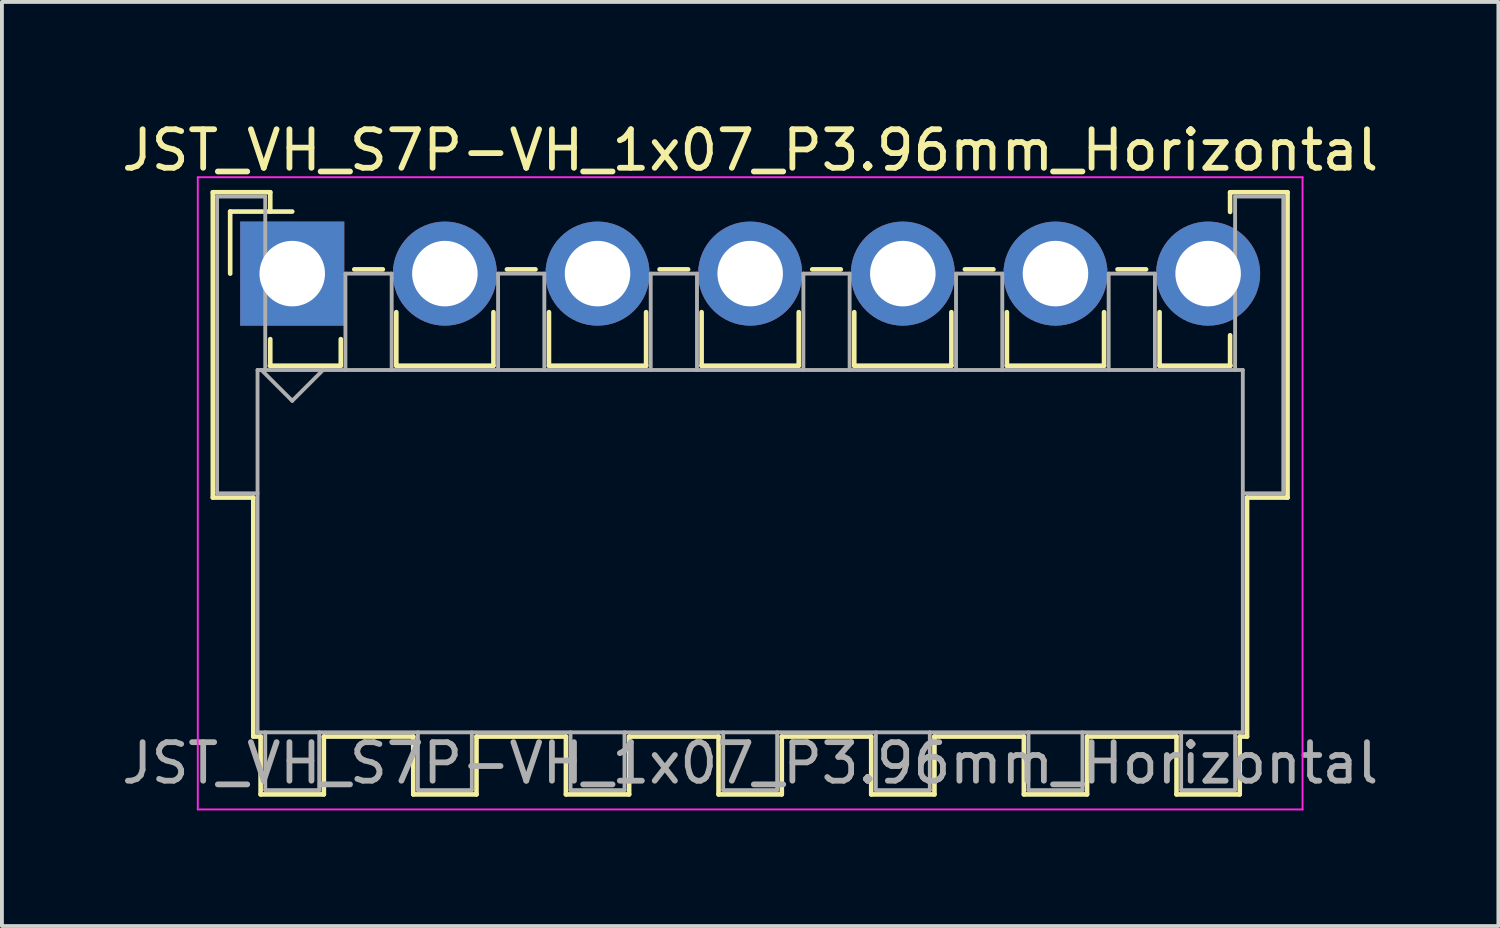
<source format=kicad_pcb>
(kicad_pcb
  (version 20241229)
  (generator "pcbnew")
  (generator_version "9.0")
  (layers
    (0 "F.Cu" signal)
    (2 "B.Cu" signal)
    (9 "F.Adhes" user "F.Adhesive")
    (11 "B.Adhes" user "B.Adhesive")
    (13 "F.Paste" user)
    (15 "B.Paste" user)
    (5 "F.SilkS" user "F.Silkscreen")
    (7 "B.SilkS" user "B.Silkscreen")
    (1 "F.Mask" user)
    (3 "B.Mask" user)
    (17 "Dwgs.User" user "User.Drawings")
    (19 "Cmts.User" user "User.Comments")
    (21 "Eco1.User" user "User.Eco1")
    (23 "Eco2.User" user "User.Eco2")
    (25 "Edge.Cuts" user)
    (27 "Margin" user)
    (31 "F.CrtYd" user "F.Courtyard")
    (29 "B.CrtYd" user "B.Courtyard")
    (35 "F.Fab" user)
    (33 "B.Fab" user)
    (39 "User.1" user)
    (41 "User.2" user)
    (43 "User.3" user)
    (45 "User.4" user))
  (footprint "JST_VH_S7P-VH_1x07_P3.96mm_Horizontal"
    (layer "F.Cu")
    (at 4.531 4.048)
    (property "Reference" "JST_VH_S7P-VH_1x07_P3.96mm_Horizontal" (at 11.88 -3.2 0) (layer "F.SilkS") (effects (font (size 1 1) (thickness 0.15))))
    (attr through_hole)
    (fp_line (start -2.06 -2.11) (end -0.57 -2.11) (stroke (width 0.12) (type solid)) (layer "F.SilkS"))
    (fp_line (start -2.06 5.81) (end -2.06 -2.11) (stroke (width 0.12) (type solid)) (layer "F.SilkS"))
    (fp_line (start -1.61 -1.61) (end -1.61 0) (stroke (width 0.12) (type solid)) (layer "F.SilkS"))
    (fp_line (start -1.01 5.81) (end -2.06 5.81) (stroke (width 0.12) (type solid)) (layer "F.SilkS"))
    (fp_line (start -1.01 5.81) (end -1.01 12.01) (stroke (width 0.12) (type solid)) (layer "F.SilkS"))
    (fp_line (start -1.01 12.01) (end -0.82 12.01) (stroke (width 0.12) (type solid)) (layer "F.SilkS"))
    (fp_line (start -0.82 12.01) (end -0.82 13.51) (stroke (width 0.12) (type solid)) (layer "F.SilkS"))
    (fp_line (start -0.82 13.51) (end 0.82 13.51) (stroke (width 0.12) (type solid)) (layer "F.SilkS"))
    (fp_line (start -0.58 2.39) (end 1.26 2.39) (stroke (width 0.12) (type solid)) (layer "F.SilkS"))
    (fp_line (start -0.57 -2.11) (end -0.57 -1.61) (stroke (width 0.12) (type solid)) (layer "F.SilkS"))
    (fp_line (start -0.57 1.7) (end -0.57 2.39) (stroke (width 0.12) (type solid)) (layer "F.SilkS"))
    (fp_line (start 0 -1.61) (end -1.61 -1.61) (stroke (width 0.12) (type solid)) (layer "F.SilkS"))
    (fp_line (start 0.82 12.01) (end 3.14 12.01) (stroke (width 0.12) (type solid)) (layer "F.SilkS"))
    (fp_line (start 0.82 13.51) (end 0.82 12.01) (stroke (width 0.12) (type solid)) (layer "F.SilkS"))
    (fp_line (start 1.26 2.39) (end 1.26 1.7) (stroke (width 0.12) (type solid)) (layer "F.SilkS"))
    (fp_line (start 1.61 -0.11) (end 2.35 -0.11) (stroke (width 0.12) (type solid)) (layer "F.SilkS"))
    (fp_line (start 2.7 1) (end 2.7 2.39) (stroke (width 0.12) (type solid)) (layer "F.SilkS"))
    (fp_line (start 2.7 2.39) (end 5.22 2.39) (stroke (width 0.12) (type solid)) (layer "F.SilkS"))
    (fp_line (start 3.14 12.01) (end 3.14 13.51) (stroke (width 0.12) (type solid)) (layer "F.SilkS"))
    (fp_line (start 3.14 13.51) (end 4.78 13.51) (stroke (width 0.12) (type solid)) (layer "F.SilkS"))
    (fp_line (start 4.78 12.01) (end 7.1 12.01) (stroke (width 0.12) (type solid)) (layer "F.SilkS"))
    (fp_line (start 4.78 13.51) (end 4.78 12.01) (stroke (width 0.12) (type solid)) (layer "F.SilkS"))
    (fp_line (start 5.22 2.39) (end 5.22 1) (stroke (width 0.12) (type solid)) (layer "F.SilkS"))
    (fp_line (start 5.57 -0.11) (end 6.31 -0.11) (stroke (width 0.12) (type solid)) (layer "F.SilkS"))
    (fp_line (start 6.66 1) (end 6.66 2.39) (stroke (width 0.12) (type solid)) (layer "F.SilkS"))
    (fp_line (start 6.66 2.39) (end 9.18 2.39) (stroke (width 0.12) (type solid)) (layer "F.SilkS"))
    (fp_line (start 7.1 12.01) (end 7.1 13.51) (stroke (width 0.12) (type solid)) (layer "F.SilkS"))
    (fp_line (start 7.1 13.51) (end 8.74 13.51) (stroke (width 0.12) (type solid)) (layer "F.SilkS"))
    (fp_line (start 8.74 12.01) (end 11.06 12.01) (stroke (width 0.12) (type solid)) (layer "F.SilkS"))
    (fp_line (start 8.74 13.51) (end 8.74 12.01) (stroke (width 0.12) (type solid)) (layer "F.SilkS"))
    (fp_line (start 9.18 2.39) (end 9.18 1) (stroke (width 0.12) (type solid)) (layer "F.SilkS"))
    (fp_line (start 9.53 -0.11) (end 10.27 -0.11) (stroke (width 0.12) (type solid)) (layer "F.SilkS"))
    (fp_line (start 10.62 1) (end 10.62 2.39) (stroke (width 0.12) (type solid)) (layer "F.SilkS"))
    (fp_line (start 10.62 2.39) (end 13.14 2.39) (stroke (width 0.12) (type solid)) (layer "F.SilkS"))
    (fp_line (start 11.06 12.01) (end 11.06 13.51) (stroke (width 0.12) (type solid)) (layer "F.SilkS"))
    (fp_line (start 11.06 13.51) (end 12.7 13.51) (stroke (width 0.12) (type solid)) (layer "F.SilkS"))
    (fp_line (start 12.7 12.01) (end 15.02 12.01) (stroke (width 0.12) (type solid)) (layer "F.SilkS"))
    (fp_line (start 12.7 13.51) (end 12.7 12.01) (stroke (width 0.12) (type solid)) (layer "F.SilkS"))
    (fp_line (start 13.14 2.39) (end 13.14 1) (stroke (width 0.12) (type solid)) (layer "F.SilkS"))
    (fp_line (start 13.49 -0.11) (end 14.23 -0.11) (stroke (width 0.12) (type solid)) (layer "F.SilkS"))
    (fp_line (start 14.58 1) (end 14.58 2.39) (stroke (width 0.12) (type solid)) (layer "F.SilkS"))
    (fp_line (start 14.58 2.39) (end 17.1 2.39) (stroke (width 0.12) (type solid)) (layer "F.SilkS"))
    (fp_line (start 15.02 12.01) (end 15.02 13.51) (stroke (width 0.12) (type solid)) (layer "F.SilkS"))
    (fp_line (start 15.02 13.51) (end 16.66 13.51) (stroke (width 0.12) (type solid)) (layer "F.SilkS"))
    (fp_line (start 16.66 12.01) (end 18.98 12.01) (stroke (width 0.12) (type solid)) (layer "F.SilkS"))
    (fp_line (start 16.66 13.51) (end 16.66 12.01) (stroke (width 0.12) (type solid)) (layer "F.SilkS"))
    (fp_line (start 17.1 2.39) (end 17.1 1) (stroke (width 0.12) (type solid)) (layer "F.SilkS"))
    (fp_line (start 17.45 -0.11) (end 18.19 -0.11) (stroke (width 0.12) (type solid)) (layer "F.SilkS"))
    (fp_line (start 18.54 1) (end 18.54 2.39) (stroke (width 0.12) (type solid)) (layer "F.SilkS"))
    (fp_line (start 18.54 2.39) (end 21.06 2.39) (stroke (width 0.12) (type solid)) (layer "F.SilkS"))
    (fp_line (start 18.98 12.01) (end 18.98 13.51) (stroke (width 0.12) (type solid)) (layer "F.SilkS"))
    (fp_line (start 18.98 13.51) (end 20.62 13.51) (stroke (width 0.12) (type solid)) (layer "F.SilkS"))
    (fp_line (start 20.62 12.01) (end 22.94 12.01) (stroke (width 0.12) (type solid)) (layer "F.SilkS"))
    (fp_line (start 20.62 13.51) (end 20.62 12.01) (stroke (width 0.12) (type solid)) (layer "F.SilkS"))
    (fp_line (start 21.06 2.39) (end 21.06 1) (stroke (width 0.12) (type solid)) (layer "F.SilkS"))
    (fp_line (start 21.41 -0.11) (end 22.15 -0.11) (stroke (width 0.12) (type solid)) (layer "F.SilkS"))
    (fp_line (start 22.5 1) (end 22.5 2.39) (stroke (width 0.12) (type solid)) (layer "F.SilkS"))
    (fp_line (start 22.5 2.39) (end 24.34 2.39) (stroke (width 0.12) (type solid)) (layer "F.SilkS"))
    (fp_line (start 22.94 12.01) (end 22.94 13.51) (stroke (width 0.12) (type solid)) (layer "F.SilkS"))
    (fp_line (start 22.94 13.51) (end 24.58 13.51) (stroke (width 0.12) (type solid)) (layer "F.SilkS"))
    (fp_line (start 24.33 -2.11) (end 25.82 -2.11) (stroke (width 0.12) (type solid)) (layer "F.SilkS"))
    (fp_line (start 24.33 -1.6) (end 24.33 -2.11) (stroke (width 0.12) (type solid)) (layer "F.SilkS"))
    (fp_line (start 24.33 2.39) (end 24.33 1.6) (stroke (width 0.12) (type solid)) (layer "F.SilkS"))
    (fp_line (start 24.58 12.01) (end 24.77 12.01) (stroke (width 0.12) (type solid)) (layer "F.SilkS"))
    (fp_line (start 24.58 13.51) (end 24.58 12.01) (stroke (width 0.12) (type solid)) (layer "F.SilkS"))
    (fp_line (start 24.77 12.01) (end 24.77 5.81) (stroke (width 0.12) (type solid)) (layer "F.SilkS"))
    (fp_line (start 25.82 -2.11) (end 25.82 5.81) (stroke (width 0.12) (type solid)) (layer "F.SilkS"))
    (fp_line (start 25.82 5.81) (end 24.77 5.81) (stroke (width 0.12) (type solid)) (layer "F.SilkS"))
    (fp_line (start -2.45 -2.5) (end -2.45 13.9) (stroke (width 0.05) (type solid)) (layer "F.CrtYd"))
    (fp_line (start -2.45 13.9) (end 26.21 13.9) (stroke (width 0.05) (type solid)) (layer "F.CrtYd"))
    (fp_line (start 26.21 -2.5) (end -2.45 -2.5) (stroke (width 0.05) (type solid)) (layer "F.CrtYd"))
    (fp_line (start 26.21 13.9) (end 26.21 -2.5) (stroke (width 0.05) (type solid)) (layer "F.CrtYd"))
    (fp_line (start -1.95 -2) (end -0.7 -2) (stroke (width 0.1) (type solid)) (layer "F.Fab"))
    (fp_line (start -1.95 5.7) (end -1.95 -2) (stroke (width 0.1) (type solid)) (layer "F.Fab"))
    (fp_line (start -0.9 2.5) (end -0.9 11.9) (stroke (width 0.1) (type solid)) (layer "F.Fab"))
    (fp_line (start -0.9 5.7) (end -1.95 5.7) (stroke (width 0.1) (type solid)) (layer "F.Fab"))
    (fp_line (start -0.9 11.9) (end 24.66 11.9) (stroke (width 0.1) (type solid)) (layer "F.Fab"))
    (fp_line (start -0.8 2.5) (end 0 3.3) (stroke (width 0.1) (type solid)) (layer "F.Fab"))
    (fp_line (start -0.7 -2) (end -0.7 2.5) (stroke (width 0.1) (type solid)) (layer "F.Fab"))
    (fp_line (start -0.7 11.9) (end -0.7 13.4) (stroke (width 0.1) (type solid)) (layer "F.Fab"))
    (fp_line (start -0.7 13.4) (end 0.7 13.4) (stroke (width 0.1) (type solid)) (layer "F.Fab"))
    (fp_line (start 0 3.3) (end 0.8 2.5) (stroke (width 0.1) (type solid)) (layer "F.Fab"))
    (fp_line (start 0.7 13.4) (end 0.7 11.9) (stroke (width 0.1) (type solid)) (layer "F.Fab"))
    (fp_line (start 1.38 0) (end 2.58 0) (stroke (width 0.1) (type solid)) (layer "F.Fab"))
    (fp_line (start 1.38 2.5) (end 1.38 0) (stroke (width 0.1) (type solid)) (layer "F.Fab"))
    (fp_line (start 2.58 0) (end 2.58 2.5) (stroke (width 0.1) (type solid)) (layer "F.Fab"))
    (fp_line (start 3.26 11.9) (end 3.26 13.4) (stroke (width 0.1) (type solid)) (layer "F.Fab"))
    (fp_line (start 3.26 13.4) (end 4.66 13.4) (stroke (width 0.1) (type solid)) (layer "F.Fab"))
    (fp_line (start 4.66 13.4) (end 4.66 11.9) (stroke (width 0.1) (type solid)) (layer "F.Fab"))
    (fp_line (start 5.34 0) (end 6.54 0) (stroke (width 0.1) (type solid)) (layer "F.Fab"))
    (fp_line (start 5.34 2.5) (end 5.34 0) (stroke (width 0.1) (type solid)) (layer "F.Fab"))
    (fp_line (start 6.54 0) (end 6.54 2.5) (stroke (width 0.1) (type solid)) (layer "F.Fab"))
    (fp_line (start 7.22 11.9) (end 7.22 13.4) (stroke (width 0.1) (type solid)) (layer "F.Fab"))
    (fp_line (start 7.22 13.4) (end 8.62 13.4) (stroke (width 0.1) (type solid)) (layer "F.Fab"))
    (fp_line (start 8.62 13.4) (end 8.62 11.9) (stroke (width 0.1) (type solid)) (layer "F.Fab"))
    (fp_line (start 9.3 0) (end 10.5 0) (stroke (width 0.1) (type solid)) (layer "F.Fab"))
    (fp_line (start 9.3 2.5) (end 9.3 0) (stroke (width 0.1) (type solid)) (layer "F.Fab"))
    (fp_line (start 10.5 0) (end 10.5 2.5) (stroke (width 0.1) (type solid)) (layer "F.Fab"))
    (fp_line (start 11.18 11.9) (end 11.18 13.4) (stroke (width 0.1) (type solid)) (layer "F.Fab"))
    (fp_line (start 11.18 13.4) (end 12.58 13.4) (stroke (width 0.1) (type solid)) (layer "F.Fab"))
    (fp_line (start 12.58 13.4) (end 12.58 11.9) (stroke (width 0.1) (type solid)) (layer "F.Fab"))
    (fp_line (start 13.26 0) (end 14.46 0) (stroke (width 0.1) (type solid)) (layer "F.Fab"))
    (fp_line (start 13.26 2.5) (end 13.26 0) (stroke (width 0.1) (type solid)) (layer "F.Fab"))
    (fp_line (start 14.46 0) (end 14.46 2.5) (stroke (width 0.1) (type solid)) (layer "F.Fab"))
    (fp_line (start 15.14 11.9) (end 15.14 13.4) (stroke (width 0.1) (type solid)) (layer "F.Fab"))
    (fp_line (start 15.14 13.4) (end 16.54 13.4) (stroke (width 0.1) (type solid)) (layer "F.Fab"))
    (fp_line (start 16.54 13.4) (end 16.54 11.9) (stroke (width 0.1) (type solid)) (layer "F.Fab"))
    (fp_line (start 17.22 0) (end 18.42 0) (stroke (width 0.1) (type solid)) (layer "F.Fab"))
    (fp_line (start 17.22 2.5) (end 17.22 0) (stroke (width 0.1) (type solid)) (layer "F.Fab"))
    (fp_line (start 18.42 0) (end 18.42 2.5) (stroke (width 0.1) (type solid)) (layer "F.Fab"))
    (fp_line (start 19.1 11.9) (end 19.1 13.4) (stroke (width 0.1) (type solid)) (layer "F.Fab"))
    (fp_line (start 19.1 13.4) (end 20.5 13.4) (stroke (width 0.1) (type solid)) (layer "F.Fab"))
    (fp_line (start 20.5 13.4) (end 20.5 11.9) (stroke (width 0.1) (type solid)) (layer "F.Fab"))
    (fp_line (start 21.18 0) (end 22.38 0) (stroke (width 0.1) (type solid)) (layer "F.Fab"))
    (fp_line (start 21.18 2.5) (end 21.18 0) (stroke (width 0.1) (type solid)) (layer "F.Fab"))
    (fp_line (start 22.38 0) (end 22.38 2.5) (stroke (width 0.1) (type solid)) (layer "F.Fab"))
    (fp_line (start 23.06 11.9) (end 23.06 13.4) (stroke (width 0.1) (type solid)) (layer "F.Fab"))
    (fp_line (start 23.06 13.4) (end 24.46 13.4) (stroke (width 0.1) (type solid)) (layer "F.Fab"))
    (fp_line (start 24.46 -2) (end 25.71 -2) (stroke (width 0.1) (type solid)) (layer "F.Fab"))
    (fp_line (start 24.46 2.5) (end 24.46 -2) (stroke (width 0.1) (type solid)) (layer "F.Fab"))
    (fp_line (start 24.46 13.4) (end 24.46 11.9) (stroke (width 0.1) (type solid)) (layer "F.Fab"))
    (fp_line (start 24.66 2.5) (end -0.9 2.5) (stroke (width 0.1) (type solid)) (layer "F.Fab"))
    (fp_line (start 24.66 11.9) (end 24.66 2.5) (stroke (width 0.1) (type solid)) (layer "F.Fab"))
    (fp_line (start 25.71 -2) (end 25.71 5.7) (stroke (width 0.1) (type solid)) (layer "F.Fab"))
    (fp_line (start 25.71 5.7) (end 24.66 5.7) (stroke (width 0.1) (type solid)) (layer "F.Fab"))
    (fp_text user "${REFERENCE}" (at 11.88 12.7 0) (layer "F.Fab") (effects (font (size 1 1) (thickness 0.15))))
    (pad "1" thru_hole rect (at 0 0) (size 2.7 2.7) (drill 1.7) (layers "*.Cu" "*.Mask"))
    (pad "2" thru_hole circle (at 3.96 0) (size 2.7 2.7) (drill 1.7) (layers "*.Cu" "*.Mask"))
    (pad "3" thru_hole circle (at 7.92 0) (size 2.7 2.7) (drill 1.7) (layers "*.Cu" "*.Mask"))
    (pad "4" thru_hole circle (at 11.88 0) (size 2.7 2.7) (drill 1.7) (layers "*.Cu" "*.Mask"))
    (pad "5" thru_hole circle (at 15.84 0) (size 2.7 2.7) (drill 1.7) (layers "*.Cu" "*.Mask"))
    (pad "6" thru_hole circle (at 19.8 0) (size 2.7 2.7) (drill 1.7) (layers "*.Cu" "*.Mask"))
    (pad "7" thru_hole circle (at 23.76 0) (size 2.7 2.7) (drill 1.7) (layers "*.Cu" "*.Mask")))
  (gr_rect
    (start -3 -3)
    (end 35.821 20.973)
    (stroke (width 0.1) (type default))
    (fill no)
    (layer "Edge.Cuts")))
</source>
